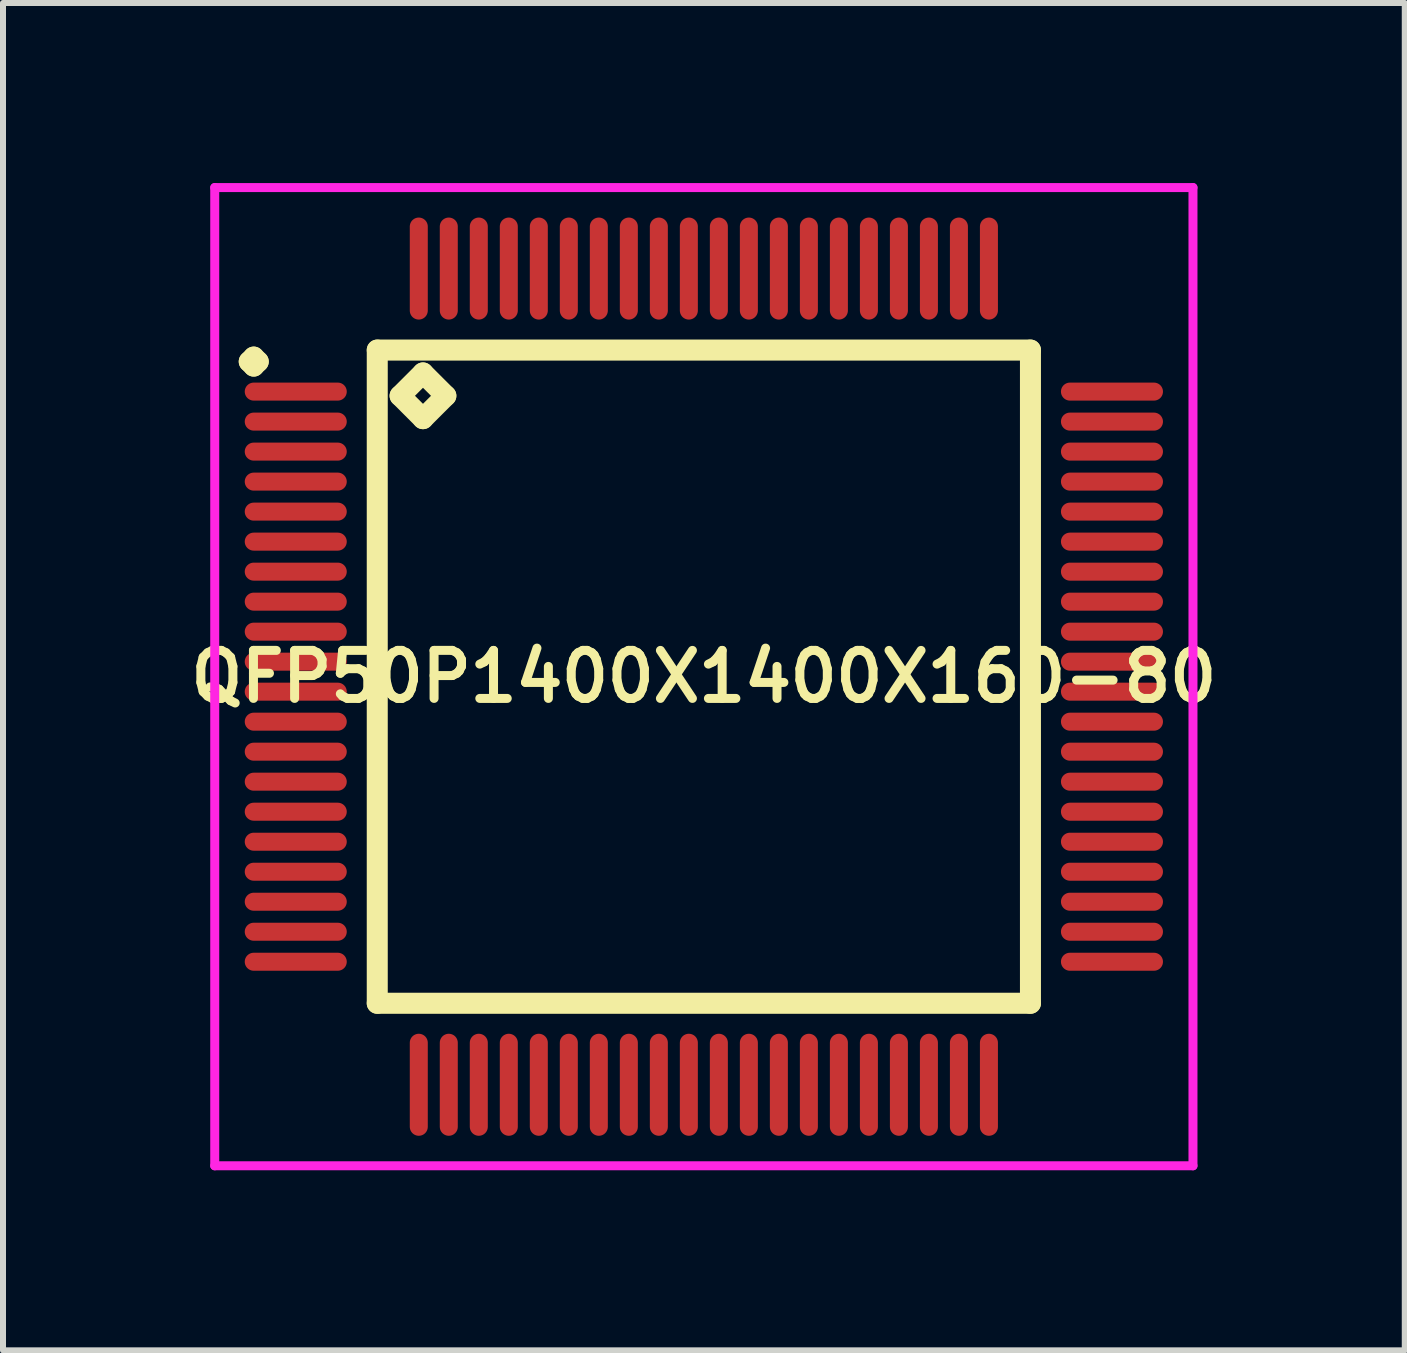
<source format=kicad_pcb>
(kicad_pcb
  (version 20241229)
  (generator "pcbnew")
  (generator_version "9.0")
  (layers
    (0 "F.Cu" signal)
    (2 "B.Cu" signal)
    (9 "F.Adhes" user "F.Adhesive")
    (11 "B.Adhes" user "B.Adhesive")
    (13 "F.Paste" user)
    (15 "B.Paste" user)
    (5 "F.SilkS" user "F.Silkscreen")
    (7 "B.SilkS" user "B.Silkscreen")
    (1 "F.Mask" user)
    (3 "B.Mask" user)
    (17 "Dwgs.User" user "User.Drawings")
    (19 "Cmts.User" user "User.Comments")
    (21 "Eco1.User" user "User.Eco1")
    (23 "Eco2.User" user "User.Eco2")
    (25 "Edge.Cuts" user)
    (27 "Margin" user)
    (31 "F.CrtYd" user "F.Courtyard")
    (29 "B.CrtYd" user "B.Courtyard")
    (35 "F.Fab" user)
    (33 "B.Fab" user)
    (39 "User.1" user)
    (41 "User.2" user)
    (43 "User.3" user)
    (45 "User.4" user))
  (footprint "QFP50P1400X1400X160-80"
    (layer "F.Cu")
    (at 8.678 8.225)
    (property "Reference" "QFP50P1400X1400X160-80" (at 0 0 0) (layer "F.SilkS") (effects (font (size 0.8 0.8) (thickness 0.15))))
    (attr smd)
    (fp_line (start -7.575 -5.25) (end -7.5 -5.325) (stroke (width 0.35) (type solid)) (layer "F.SilkS"))
    (fp_line (start -7.5 -5.325) (end -7.425 -5.25) (stroke (width 0.35) (type solid)) (layer "F.SilkS"))
    (fp_line (start -7.5 -5.175) (end -7.575 -5.25) (stroke (width 0.35) (type solid)) (layer "F.SilkS"))
    (fp_line (start -7.425 -5.25) (end -7.5 -5.175) (stroke (width 0.35) (type solid)) (layer "F.SilkS"))
    (fp_line (start -5.442 -5.442) (end -5.442 5.442) (stroke (width 0.35) (type solid)) (layer "F.SilkS"))
    (fp_line (start -5.442 5.442) (end 5.442 5.442) (stroke (width 0.35) (type solid)) (layer "F.SilkS"))
    (fp_line (start -5.061 -4.68) (end -4.68 -5.061) (stroke (width 0.35) (type solid)) (layer "F.SilkS"))
    (fp_line (start -4.68 -5.061) (end -4.299 -4.68) (stroke (width 0.35) (type solid)) (layer "F.SilkS"))
    (fp_line (start -4.68 -4.299) (end -5.061 -4.68) (stroke (width 0.35) (type solid)) (layer "F.SilkS"))
    (fp_line (start -4.299 -4.68) (end -4.68 -4.299) (stroke (width 0.35) (type solid)) (layer "F.SilkS"))
    (fp_line (start 5.442 -5.442) (end -5.442 -5.442) (stroke (width 0.35) (type solid)) (layer "F.SilkS"))
    (fp_line (start 5.442 5.442) (end 5.442 -5.442) (stroke (width 0.35) (type solid)) (layer "F.SilkS"))
    (fp_line (start -8.15 -8.15) (end 8.15 -8.15) (stroke (width 0.15) (type solid)) (layer "F.CrtYd"))
    (fp_line (start -8.15 8.15) (end -8.15 -8.15) (stroke (width 0.15) (type solid)) (layer "F.CrtYd"))
    (fp_line (start 8.15 -8.15) (end 8.15 8.15) (stroke (width 0.15) (type solid)) (layer "F.CrtYd"))
    (fp_line (start 8.15 8.15) (end -8.15 8.15) (stroke (width 0.15) (type solid)) (layer "F.CrtYd"))
    (pad "1" smd oval (at -6.8 -4.75) (size 1.7 0.3) (layers "F.Cu" "F.Mask" "F.Paste"))
    (pad "2" smd oval (at -6.8 -4.25) (size 1.7 0.3) (layers "F.Cu" "F.Mask" "F.Paste"))
    (pad "3" smd oval (at -6.8 -3.75) (size 1.7 0.3) (layers "F.Cu" "F.Mask" "F.Paste"))
    (pad "4" smd oval (at -6.8 -3.25) (size 1.7 0.3) (layers "F.Cu" "F.Mask" "F.Paste"))
    (pad "5" smd oval (at -6.8 -2.75) (size 1.7 0.3) (layers "F.Cu" "F.Mask" "F.Paste"))
    (pad "6" smd oval (at -6.8 -2.25) (size 1.7 0.3) (layers "F.Cu" "F.Mask" "F.Paste"))
    (pad "7" smd oval (at -6.8 -1.75) (size 1.7 0.3) (layers "F.Cu" "F.Mask" "F.Paste"))
    (pad "8" smd oval (at -6.8 -1.25) (size 1.7 0.3) (layers "F.Cu" "F.Mask" "F.Paste"))
    (pad "9" smd oval (at -6.8 -0.75) (size 1.7 0.3) (layers "F.Cu" "F.Mask" "F.Paste"))
    (pad "10" smd oval (at -6.8 -0.25) (size 1.7 0.3) (layers "F.Cu" "F.Mask" "F.Paste"))
    (pad "11" smd oval (at -6.8 0.25) (size 1.7 0.3) (layers "F.Cu" "F.Mask" "F.Paste"))
    (pad "12" smd oval (at -6.8 0.75) (size 1.7 0.3) (layers "F.Cu" "F.Mask" "F.Paste"))
    (pad "13" smd oval (at -6.8 1.25) (size 1.7 0.3) (layers "F.Cu" "F.Mask" "F.Paste"))
    (pad "14" smd oval (at -6.8 1.75) (size 1.7 0.3) (layers "F.Cu" "F.Mask" "F.Paste"))
    (pad "15" smd oval (at -6.8 2.25) (size 1.7 0.3) (layers "F.Cu" "F.Mask" "F.Paste"))
    (pad "16" smd oval (at -6.8 2.75) (size 1.7 0.3) (layers "F.Cu" "F.Mask" "F.Paste"))
    (pad "17" smd oval (at -6.8 3.25) (size 1.7 0.3) (layers "F.Cu" "F.Mask" "F.Paste"))
    (pad "18" smd oval (at -6.8 3.75) (size 1.7 0.3) (layers "F.Cu" "F.Mask" "F.Paste"))
    (pad "19" smd oval (at -6.8 4.25) (size 1.7 0.3) (layers "F.Cu" "F.Mask" "F.Paste"))
    (pad "20" smd oval (at -6.8 4.75) (size 1.7 0.3) (layers "F.Cu" "F.Mask" "F.Paste"))
    (pad "21" smd oval (at -4.75 6.8) (size 0.3 1.7) (layers "F.Cu" "F.Mask" "F.Paste"))
    (pad "22" smd oval (at -4.25 6.8) (size 0.3 1.7) (layers "F.Cu" "F.Mask" "F.Paste"))
    (pad "23" smd oval (at -3.75 6.8) (size 0.3 1.7) (layers "F.Cu" "F.Mask" "F.Paste"))
    (pad "24" smd oval (at -3.25 6.8) (size 0.3 1.7) (layers "F.Cu" "F.Mask" "F.Paste"))
    (pad "25" smd oval (at -2.75 6.8) (size 0.3 1.7) (layers "F.Cu" "F.Mask" "F.Paste"))
    (pad "26" smd oval (at -2.25 6.8) (size 0.3 1.7) (layers "F.Cu" "F.Mask" "F.Paste"))
    (pad "27" smd oval (at -1.75 6.8) (size 0.3 1.7) (layers "F.Cu" "F.Mask" "F.Paste"))
    (pad "28" smd oval (at -1.25 6.8) (size 0.3 1.7) (layers "F.Cu" "F.Mask" "F.Paste"))
    (pad "29" smd oval (at -0.75 6.8) (size 0.3 1.7) (layers "F.Cu" "F.Mask" "F.Paste"))
    (pad "30" smd oval (at -0.25 6.8) (size 0.3 1.7) (layers "F.Cu" "F.Mask" "F.Paste"))
    (pad "31" smd oval (at 0.25 6.8) (size 0.3 1.7) (layers "F.Cu" "F.Mask" "F.Paste"))
    (pad "32" smd oval (at 0.75 6.8) (size 0.3 1.7) (layers "F.Cu" "F.Mask" "F.Paste"))
    (pad "33" smd oval (at 1.25 6.8) (size 0.3 1.7) (layers "F.Cu" "F.Mask" "F.Paste"))
    (pad "34" smd oval (at 1.75 6.8) (size 0.3 1.7) (layers "F.Cu" "F.Mask" "F.Paste"))
    (pad "35" smd oval (at 2.25 6.8) (size 0.3 1.7) (layers "F.Cu" "F.Mask" "F.Paste"))
    (pad "36" smd oval (at 2.75 6.8) (size 0.3 1.7) (layers "F.Cu" "F.Mask" "F.Paste"))
    (pad "37" smd oval (at 3.25 6.8) (size 0.3 1.7) (layers "F.Cu" "F.Mask" "F.Paste"))
    (pad "38" smd oval (at 3.75 6.8) (size 0.3 1.7) (layers "F.Cu" "F.Mask" "F.Paste"))
    (pad "39" smd oval (at 4.25 6.8) (size 0.3 1.7) (layers "F.Cu" "F.Mask" "F.Paste"))
    (pad "40" smd oval (at 4.75 6.8) (size 0.3 1.7) (layers "F.Cu" "F.Mask" "F.Paste"))
    (pad "41" smd oval (at 6.8 4.75) (size 1.7 0.3) (layers "F.Cu" "F.Mask" "F.Paste"))
    (pad "42" smd oval (at 6.8 4.25) (size 1.7 0.3) (layers "F.Cu" "F.Mask" "F.Paste"))
    (pad "43" smd oval (at 6.8 3.75) (size 1.7 0.3) (layers "F.Cu" "F.Mask" "F.Paste"))
    (pad "44" smd oval (at 6.8 3.25) (size 1.7 0.3) (layers "F.Cu" "F.Mask" "F.Paste"))
    (pad "45" smd oval (at 6.8 2.75) (size 1.7 0.3) (layers "F.Cu" "F.Mask" "F.Paste"))
    (pad "46" smd oval (at 6.8 2.25) (size 1.7 0.3) (layers "F.Cu" "F.Mask" "F.Paste"))
    (pad "47" smd oval (at 6.8 1.75) (size 1.7 0.3) (layers "F.Cu" "F.Mask" "F.Paste"))
    (pad "48" smd oval (at 6.8 1.25) (size 1.7 0.3) (layers "F.Cu" "F.Mask" "F.Paste"))
    (pad "49" smd oval (at 6.8 0.75) (size 1.7 0.3) (layers "F.Cu" "F.Mask" "F.Paste"))
    (pad "50" smd oval (at 6.8 0.25) (size 1.7 0.3) (layers "F.Cu" "F.Mask" "F.Paste"))
    (pad "51" smd oval (at 6.8 -0.25) (size 1.7 0.3) (layers "F.Cu" "F.Mask" "F.Paste"))
    (pad "52" smd oval (at 6.8 -0.75) (size 1.7 0.3) (layers "F.Cu" "F.Mask" "F.Paste"))
    (pad "53" smd oval (at 6.8 -1.25) (size 1.7 0.3) (layers "F.Cu" "F.Mask" "F.Paste"))
    (pad "54" smd oval (at 6.8 -1.75) (size 1.7 0.3) (layers "F.Cu" "F.Mask" "F.Paste"))
    (pad "55" smd oval (at 6.8 -2.25) (size 1.7 0.3) (layers "F.Cu" "F.Mask" "F.Paste"))
    (pad "56" smd oval (at 6.8 -2.75) (size 1.7 0.3) (layers "F.Cu" "F.Mask" "F.Paste"))
    (pad "57" smd oval (at 6.8 -3.25) (size 1.7 0.3) (layers "F.Cu" "F.Mask" "F.Paste"))
    (pad "58" smd oval (at 6.8 -3.75) (size 1.7 0.3) (layers "F.Cu" "F.Mask" "F.Paste"))
    (pad "59" smd oval (at 6.8 -4.25) (size 1.7 0.3) (layers "F.Cu" "F.Mask" "F.Paste"))
    (pad "60" smd oval (at 6.8 -4.75) (size 1.7 0.3) (layers "F.Cu" "F.Mask" "F.Paste"))
    (pad "61" smd oval (at 4.75 -6.8) (size 0.3 1.7) (layers "F.Cu" "F.Mask" "F.Paste"))
    (pad "62" smd oval (at 4.25 -6.8) (size 0.3 1.7) (layers "F.Cu" "F.Mask" "F.Paste"))
    (pad "63" smd oval (at 3.75 -6.8) (size 0.3 1.7) (layers "F.Cu" "F.Mask" "F.Paste"))
    (pad "64" smd oval (at 3.25 -6.8) (size 0.3 1.7) (layers "F.Cu" "F.Mask" "F.Paste"))
    (pad "65" smd oval (at 2.75 -6.8) (size 0.3 1.7) (layers "F.Cu" "F.Mask" "F.Paste"))
    (pad "66" smd oval (at 2.25 -6.8) (size 0.3 1.7) (layers "F.Cu" "F.Mask" "F.Paste"))
    (pad "67" smd oval (at 1.75 -6.8) (size 0.3 1.7) (layers "F.Cu" "F.Mask" "F.Paste"))
    (pad "68" smd oval (at 1.25 -6.8) (size 0.3 1.7) (layers "F.Cu" "F.Mask" "F.Paste"))
    (pad "69" smd oval (at 0.75 -6.8) (size 0.3 1.7) (layers "F.Cu" "F.Mask" "F.Paste"))
    (pad "70" smd oval (at 0.25 -6.8) (size 0.3 1.7) (layers "F.Cu" "F.Mask" "F.Paste"))
    (pad "71" smd oval (at -0.25 -6.8) (size 0.3 1.7) (layers "F.Cu" "F.Mask" "F.Paste"))
    (pad "72" smd oval (at -0.75 -6.8) (size 0.3 1.7) (layers "F.Cu" "F.Mask" "F.Paste"))
    (pad "73" smd oval (at -1.25 -6.8) (size 0.3 1.7) (layers "F.Cu" "F.Mask" "F.Paste"))
    (pad "74" smd oval (at -1.75 -6.8) (size 0.3 1.7) (layers "F.Cu" "F.Mask" "F.Paste"))
    (pad "75" smd oval (at -2.25 -6.8) (size 0.3 1.7) (layers "F.Cu" "F.Mask" "F.Paste"))
    (pad "76" smd oval (at -2.75 -6.8) (size 0.3 1.7) (layers "F.Cu" "F.Mask" "F.Paste"))
    (pad "77" smd oval (at -3.25 -6.8) (size 0.3 1.7) (layers "F.Cu" "F.Mask" "F.Paste"))
    (pad "78" smd oval (at -3.75 -6.8) (size 0.3 1.7) (layers "F.Cu" "F.Mask" "F.Paste"))
    (pad "79" smd oval (at -4.25 -6.8) (size 0.3 1.7) (layers "F.Cu" "F.Mask" "F.Paste"))
    (pad "80" smd oval (at -4.75 -6.8) (size 0.3 1.7) (layers "F.Cu" "F.Mask" "F.Paste")))
  (gr_rect
    (start -3 -3)
    (end 20.357 19.45)
    (stroke (width 0.1) (type default))
    (fill no)
    (layer "Edge.Cuts")))
</source>
